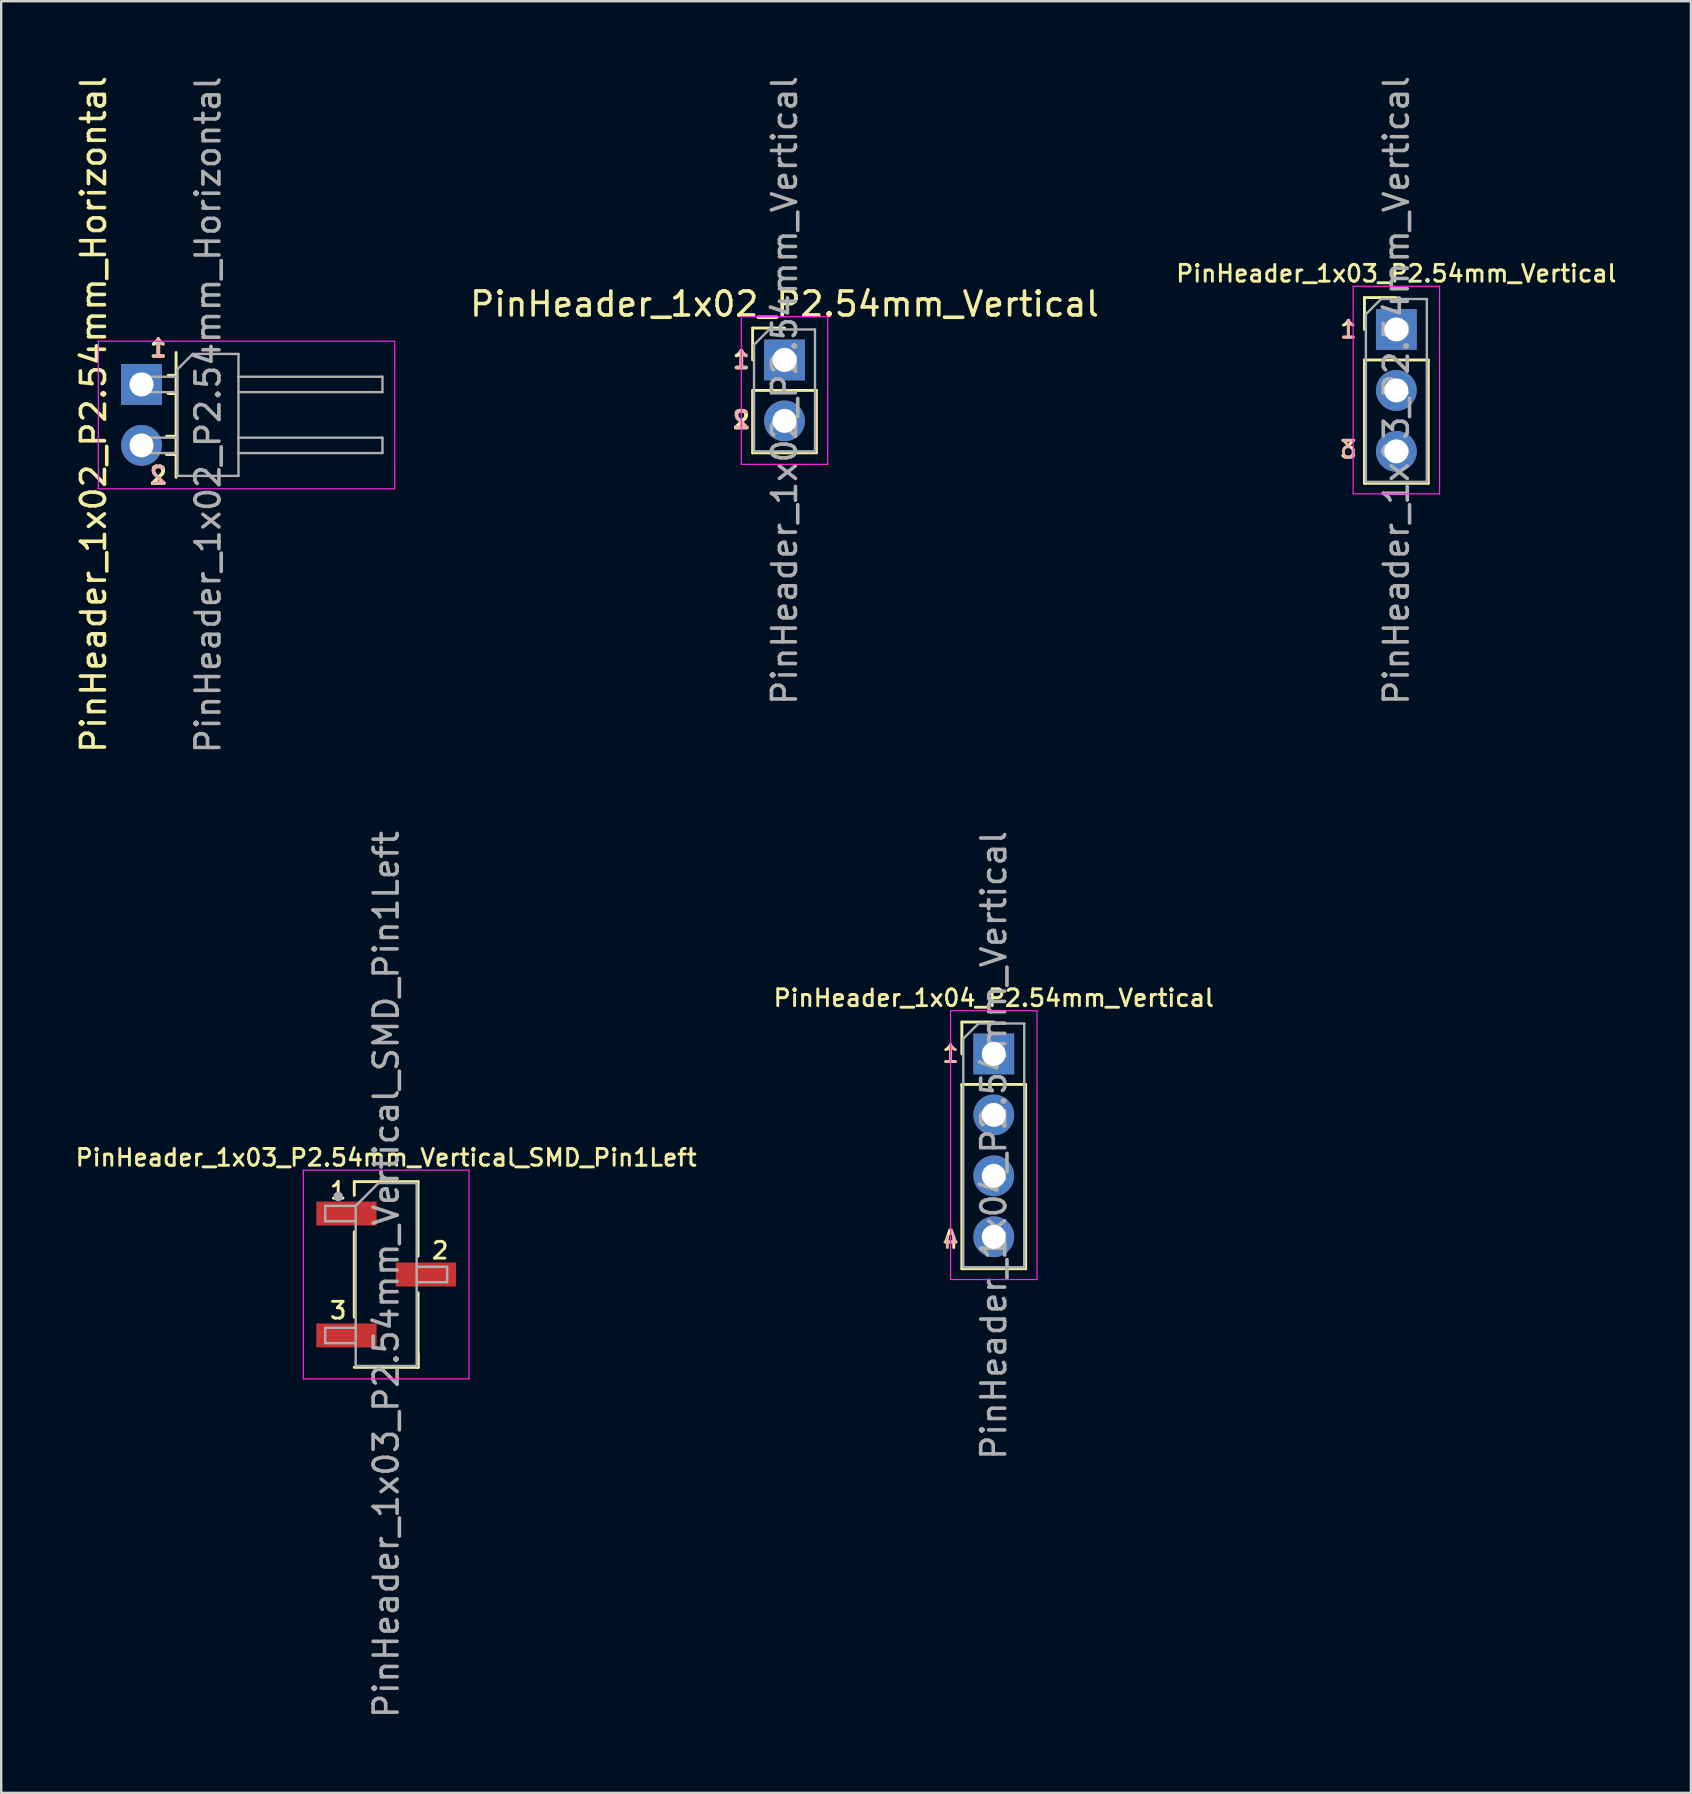
<source format=kicad_pcb>
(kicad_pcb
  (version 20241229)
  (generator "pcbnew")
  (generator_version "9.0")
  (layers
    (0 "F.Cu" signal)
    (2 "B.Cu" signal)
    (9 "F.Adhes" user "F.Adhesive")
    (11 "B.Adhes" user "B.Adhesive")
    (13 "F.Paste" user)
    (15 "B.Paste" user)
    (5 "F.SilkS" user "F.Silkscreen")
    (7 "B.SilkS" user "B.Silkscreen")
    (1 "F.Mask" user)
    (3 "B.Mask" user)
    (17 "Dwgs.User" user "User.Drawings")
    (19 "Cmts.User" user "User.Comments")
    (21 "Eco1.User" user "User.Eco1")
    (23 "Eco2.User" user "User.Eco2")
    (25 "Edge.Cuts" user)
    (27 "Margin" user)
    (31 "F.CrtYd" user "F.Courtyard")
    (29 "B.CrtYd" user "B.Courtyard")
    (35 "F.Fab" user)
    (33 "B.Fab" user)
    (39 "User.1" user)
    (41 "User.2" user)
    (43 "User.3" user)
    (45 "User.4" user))
  (footprint "PinHeader_1x02_P2.54mm_Horizontal"
    (layer "F.Cu")
    (at 2.848 12.97)
    (property "Reference" "PinHeader_1x02_P2.54mm_Horizontal" (at -2 1.25 90) (layer "F.SilkS") (effects (font (size 1 1) (thickness 0.15))))
    (attr through_hole)
    (fp_line (start 1.043 2.16) (end 1.44 2.16) (stroke (width 0.12) (type solid)) (layer "F.SilkS"))
    (fp_line (start 1.043 2.92) (end 1.44 2.92) (stroke (width 0.12) (type solid)) (layer "F.SilkS"))
    (fp_line (start 1.11 -0.38) (end 1.44 -0.38) (stroke (width 0.12) (type solid)) (layer "F.SilkS"))
    (fp_line (start 1.11 0.38) (end 1.44 0.38) (stroke (width 0.12) (type solid)) (layer "F.SilkS"))
    (fp_line (start 1.44 -1.33) (end 1.44 3.87) (stroke (width 0.12) (type solid)) (layer "F.SilkS"))
    (fp_line (start -1.8 -1.8) (end -1.8 4.35) (stroke (width 0.05) (type solid)) (layer "F.CrtYd"))
    (fp_line (start -1.8 4.35) (end 10.55 4.35) (stroke (width 0.05) (type solid)) (layer "F.CrtYd"))
    (fp_line (start 10.55 -1.8) (end -1.8 -1.8) (stroke (width 0.05) (type solid)) (layer "F.CrtYd"))
    (fp_line (start 10.55 4.35) (end 10.55 -1.8) (stroke (width 0.05) (type solid)) (layer "F.CrtYd"))
    (fp_line (start -0.32 -0.32) (end -0.32 0.32) (stroke (width 0.1) (type solid)) (layer "F.Fab"))
    (fp_line (start -0.32 -0.32) (end 1.5 -0.32) (stroke (width 0.1) (type solid)) (layer "F.Fab"))
    (fp_line (start -0.32 0.32) (end 1.5 0.32) (stroke (width 0.1) (type solid)) (layer "F.Fab"))
    (fp_line (start -0.32 2.22) (end -0.32 2.86) (stroke (width 0.1) (type solid)) (layer "F.Fab"))
    (fp_line (start -0.32 2.22) (end 1.5 2.22) (stroke (width 0.1) (type solid)) (layer "F.Fab"))
    (fp_line (start -0.32 2.86) (end 1.5 2.86) (stroke (width 0.1) (type solid)) (layer "F.Fab"))
    (fp_line (start 1.5 -0.635) (end 2.135 -1.27) (stroke (width 0.1) (type solid)) (layer "F.Fab"))
    (fp_line (start 1.5 3.81) (end 1.5 -0.635) (stroke (width 0.1) (type solid)) (layer "F.Fab"))
    (fp_line (start 2.135 -1.27) (end 4.04 -1.27) (stroke (width 0.1) (type solid)) (layer "F.Fab"))
    (fp_line (start 4.04 -1.27) (end 4.04 3.81) (stroke (width 0.1) (type solid)) (layer "F.Fab"))
    (fp_line (start 4.04 -0.32) (end 10.04 -0.32) (stroke (width 0.1) (type solid)) (layer "F.Fab"))
    (fp_line (start 4.04 0.32) (end 10.04 0.32) (stroke (width 0.1) (type solid)) (layer "F.Fab"))
    (fp_line (start 4.04 2.22) (end 10.04 2.22) (stroke (width 0.1) (type solid)) (layer "F.Fab"))
    (fp_line (start 4.04 2.86) (end 10.04 2.86) (stroke (width 0.1) (type solid)) (layer "F.Fab"))
    (fp_line (start 4.04 3.81) (end 1.5 3.81) (stroke (width 0.1) (type solid)) (layer "F.Fab"))
    (fp_line (start 10.04 -0.32) (end 10.04 0.32) (stroke (width 0.1) (type solid)) (layer "F.Fab"))
    (fp_line (start 10.04 2.22) (end 10.04 2.86) (stroke (width 0.1) (type solid)) (layer "F.Fab"))
    (fp_text user "1" (at 0.7 -1.5 0) (layer "F.SilkS") (effects (font (size 0.7 0.7) (thickness 0.15))))
    (fp_text user "2" (at 0.7 3.8 0) (layer "F.SilkS") (effects (font (size 0.7 0.7) (thickness 0.15))))
    (fp_text user "2" (at 0.7 3.8 0) (layer "B.SilkS") (effects (font (size 0.7 0.7) (thickness 0.15)) (justify mirror)))
    (fp_text user "1" (at 0.7 -1.5 0) (layer "B.SilkS") (effects (font (size 0.7 0.7) (thickness 0.15)) (justify mirror)))
    (fp_text user "${REFERENCE}" (at 2.77 1.27 90) (layer "F.Fab") (effects (font (size 1 1) (thickness 0.15))))
    (pad "1" thru_hole rect (at 0 0) (size 1.7 1.7) (drill 1) (layers "*.Cu" "*.Mask"))
    (pad "2" thru_hole oval (at 0 2.54) (size 1.7 1.7) (drill 1) (layers "*.Cu" "*.Mask")))
  (footprint "PinHeader_1x03_P2.54mm_Vertical_SMD_Pin1Left"
    (layer "F.Cu")
    (at 13.043 50.062)
    (property "Reference" "PinHeader_1x03_P2.54mm_Vertical_SMD_Pin1Left" (at 0 -4.87 0) (layer "F.SilkS") (effects (font (size 0.7 0.7) (thickness 0.12))))
    (attr smd)
    (fp_line (start -1.33 -3.87) (end -1.33 -3.3) (stroke (width 0.12) (type solid)) (layer "F.SilkS"))
    (fp_line (start -1.33 -3.87) (end 1.33 -3.87) (stroke (width 0.12) (type solid)) (layer "F.SilkS"))
    (fp_line (start -1.33 -1.78) (end -1.33 1.78) (stroke (width 0.12) (type solid)) (layer "F.SilkS"))
    (fp_line (start -1.33 3.87) (end 1.33 3.87) (stroke (width 0.12) (type solid)) (layer "F.SilkS"))
    (fp_line (start 1.33 -3.87) (end 1.33 -0.76) (stroke (width 0.12) (type solid)) (layer "F.SilkS"))
    (fp_line (start 1.33 0.76) (end 1.33 3.87) (stroke (width 0.12) (type solid)) (layer "F.SilkS"))
    (fp_line (start 1.33 3.3) (end 1.33 3.87) (stroke (width 0.12) (type solid)) (layer "F.SilkS"))
    (fp_line (start -3.45 -4.35) (end -3.45 4.35) (stroke (width 0.05) (type solid)) (layer "F.CrtYd"))
    (fp_line (start -3.45 4.35) (end 3.45 4.35) (stroke (width 0.05) (type solid)) (layer "F.CrtYd"))
    (fp_line (start 3.45 -4.35) (end -3.45 -4.35) (stroke (width 0.05) (type solid)) (layer "F.CrtYd"))
    (fp_line (start 3.45 4.35) (end 3.45 -4.35) (stroke (width 0.05) (type solid)) (layer "F.CrtYd"))
    (fp_line (start -2.54 -2.86) (end -2.54 -2.22) (stroke (width 0.1) (type solid)) (layer "F.Fab"))
    (fp_line (start -2.54 -2.22) (end -1.27 -2.22) (stroke (width 0.1) (type solid)) (layer "F.Fab"))
    (fp_line (start -2.54 2.22) (end -2.54 2.86) (stroke (width 0.1) (type solid)) (layer "F.Fab"))
    (fp_line (start -2.54 2.86) (end -1.27 2.86) (stroke (width 0.1) (type solid)) (layer "F.Fab"))
    (fp_line (start -1.27 -2.86) (end -2.54 -2.86) (stroke (width 0.1) (type solid)) (layer "F.Fab"))
    (fp_line (start -1.27 -2.86) (end -0.32 -3.81) (stroke (width 0.1) (type solid)) (layer "F.Fab"))
    (fp_line (start -1.27 2.22) (end -2.54 2.22) (stroke (width 0.1) (type solid)) (layer "F.Fab"))
    (fp_line (start -1.27 3.81) (end -1.27 -2.86) (stroke (width 0.1) (type solid)) (layer "F.Fab"))
    (fp_line (start -0.32 -3.81) (end 1.27 -3.81) (stroke (width 0.1) (type solid)) (layer "F.Fab"))
    (fp_line (start 1.27 -3.81) (end 1.27 3.81) (stroke (width 0.1) (type solid)) (layer "F.Fab"))
    (fp_line (start 1.27 -0.32) (end 2.54 -0.32) (stroke (width 0.1) (type solid)) (layer "F.Fab"))
    (fp_line (start 1.27 3.81) (end -1.27 3.81) (stroke (width 0.1) (type solid)) (layer "F.Fab"))
    (fp_line (start 2.54 -0.32) (end 2.54 0.32) (stroke (width 0.1) (type solid)) (layer "F.Fab"))
    (fp_line (start 2.54 0.32) (end 1.27 0.32) (stroke (width 0.1) (type solid)) (layer "F.Fab"))
    (fp_circle (center -2 -3.25) (end -1.9 -3.25) (stroke (width 0.2) (type solid)) (fill no) (layer "F.Fab"))
    (fp_text user "1" (at -2 -3.5 0) (layer "F.SilkS") (effects (font (size 0.7 0.7) (thickness 0.12))))
    (fp_text user "2" (at 2.25 -1 0) (layer "F.SilkS") (effects (font (size 0.7 0.7) (thickness 0.12))))
    (fp_text user "3" (at -2 1.5 0) (layer "F.SilkS") (effects (font (size 0.7 0.7) (thickness 0.12))))
    (fp_text user "${REFERENCE}" (at 0 0 90) (layer "F.Fab") (effects (font (size 1 1) (thickness 0.15))))
    (pad "1" smd rect (at -1.655 -2.54) (size 2.51 1) (layers "F.Cu" "F.Mask" "F.Paste"))
    (pad "2" smd rect (at 1.655 0) (size 2.51 1) (layers "F.Cu" "F.Mask" "F.Paste"))
    (pad "3" smd rect (at -1.655 2.54) (size 2.51 1) (layers "F.Cu" "F.Mask" "F.Paste")))
  (footprint "PinHeader_1x03_P2.54mm_Vertical"
    (layer "F.Cu")
    (at 55.14 10.68)
    (property "Reference" "PinHeader_1x03_P2.54mm_Vertical" (at 0 -2.33 0) (layer "F.SilkS") (effects (font (size 0.7 0.7) (thickness 0.12))))
    (attr through_hole)
    (fp_line (start -1.33 -1.33) (end 0 -1.33) (stroke (width 0.12) (type solid)) (layer "F.SilkS"))
    (fp_line (start -1.33 0) (end -1.33 -1.33) (stroke (width 0.12) (type solid)) (layer "F.SilkS"))
    (fp_line (start -1.33 1.27) (end -1.33 6.41) (stroke (width 0.12) (type solid)) (layer "F.SilkS"))
    (fp_line (start -1.33 1.27) (end 1.33 1.27) (stroke (width 0.12) (type solid)) (layer "F.SilkS"))
    (fp_line (start -1.33 6.41) (end 1.33 6.41) (stroke (width 0.12) (type solid)) (layer "F.SilkS"))
    (fp_line (start 1.33 1.27) (end 1.33 6.41) (stroke (width 0.12) (type solid)) (layer "F.SilkS"))
    (fp_line (start -1.8 -1.8) (end -1.8 6.85) (stroke (width 0.05) (type solid)) (layer "F.CrtYd"))
    (fp_line (start -1.8 6.85) (end 1.8 6.85) (stroke (width 0.05) (type solid)) (layer "F.CrtYd"))
    (fp_line (start 1.8 -1.8) (end -1.8 -1.8) (stroke (width 0.05) (type solid)) (layer "F.CrtYd"))
    (fp_line (start 1.8 6.85) (end 1.8 -1.8) (stroke (width 0.05) (type solid)) (layer "F.CrtYd"))
    (fp_line (start -1.27 -0.635) (end -0.635 -1.27) (stroke (width 0.1) (type solid)) (layer "F.Fab"))
    (fp_line (start -1.27 6.35) (end -1.27 -0.635) (stroke (width 0.1) (type solid)) (layer "F.Fab"))
    (fp_line (start -0.635 -1.27) (end 1.27 -1.27) (stroke (width 0.1) (type solid)) (layer "F.Fab"))
    (fp_line (start 1.27 -1.27) (end 1.27 6.35) (stroke (width 0.1) (type solid)) (layer "F.Fab"))
    (fp_line (start 1.27 6.35) (end -1.27 6.35) (stroke (width 0.1) (type solid)) (layer "F.Fab"))
    (fp_text user "1" (at -2 0 0) (layer "F.SilkS") (effects (font (size 0.7 0.7) (thickness 0.12))))
    (fp_text user "3" (at -2 5 0) (layer "F.SilkS") (effects (font (size 0.7 0.7) (thickness 0.12))))
    (fp_text user "3" (at -2 5 0) (layer "B.SilkS") (effects (font (size 0.7 0.7) (thickness 0.12)) (justify mirror)))
    (fp_text user "1" (at -2 0 0) (layer "B.SilkS") (effects (font (size 0.7 0.7) (thickness 0.12)) (justify mirror)))
    (fp_text user "${REFERENCE}" (at 0 2.54 90) (layer "F.Fab") (effects (font (size 1 1) (thickness 0.15))))
    (pad "1" thru_hole rect (at 0 0) (size 1.7 1.7) (drill 1) (layers "*.Cu" "*.Mask"))
    (pad "2" thru_hole oval (at 0 2.54) (size 1.7 1.7) (drill 1) (layers "*.Cu" "*.Mask"))
    (pad "3" thru_hole oval (at 0 5.08) (size 1.7 1.7) (drill 1) (layers "*.Cu" "*.Mask")))
  (footprint "PinHeader_1x04_P2.54mm_Vertical"
    (layer "F.Cu")
    (at 38.363 40.871)
    (property "Reference" "PinHeader_1x04_P2.54mm_Vertical" (at 0 -2.33 0) (layer "F.SilkS") (effects (font (size 0.7 0.7) (thickness 0.12))))
    (attr through_hole)
    (fp_line (start -1.33 -1.33) (end 0 -1.33) (stroke (width 0.12) (type solid)) (layer "F.SilkS"))
    (fp_line (start -1.33 0) (end -1.33 -1.33) (stroke (width 0.12) (type solid)) (layer "F.SilkS"))
    (fp_line (start -1.33 1.27) (end -1.33 8.95) (stroke (width 0.12) (type solid)) (layer "F.SilkS"))
    (fp_line (start -1.33 1.27) (end 1.33 1.27) (stroke (width 0.12) (type solid)) (layer "F.SilkS"))
    (fp_line (start -1.33 8.95) (end 1.33 8.95) (stroke (width 0.12) (type solid)) (layer "F.SilkS"))
    (fp_line (start 1.33 1.27) (end 1.33 8.95) (stroke (width 0.12) (type solid)) (layer "F.SilkS"))
    (fp_line (start -1.8 -1.8) (end -1.8 9.4) (stroke (width 0.05) (type solid)) (layer "F.CrtYd"))
    (fp_line (start -1.8 9.4) (end 1.8 9.4) (stroke (width 0.05) (type solid)) (layer "F.CrtYd"))
    (fp_line (start 1.8 -1.8) (end -1.8 -1.8) (stroke (width 0.05) (type solid)) (layer "F.CrtYd"))
    (fp_line (start 1.8 9.4) (end 1.8 -1.8) (stroke (width 0.05) (type solid)) (layer "F.CrtYd"))
    (fp_line (start -1.27 -0.635) (end -0.635 -1.27) (stroke (width 0.1) (type solid)) (layer "F.Fab"))
    (fp_line (start -1.27 8.89) (end -1.27 -0.635) (stroke (width 0.1) (type solid)) (layer "F.Fab"))
    (fp_line (start -0.635 -1.27) (end 1.27 -1.27) (stroke (width 0.1) (type solid)) (layer "F.Fab"))
    (fp_line (start 1.27 -1.27) (end 1.27 8.89) (stroke (width 0.1) (type solid)) (layer "F.Fab"))
    (fp_line (start 1.27 8.89) (end -1.27 8.89) (stroke (width 0.1) (type solid)) (layer "F.Fab"))
    (fp_text user "4" (at -1.8 7.75 0) (layer "F.SilkS") (effects (font (size 0.7 0.7) (thickness 0.12))))
    (fp_text user "1" (at -1.8 0 0) (layer "F.SilkS") (effects (font (size 0.7 0.7) (thickness 0.12))))
    (fp_text user "1" (at -1.8 0 0) (layer "B.SilkS") (effects (font (size 0.7 0.7) (thickness 0.12)) (justify mirror)))
    (fp_text user "4" (at -1.8 7.75 0) (layer "B.SilkS") (effects (font (size 0.7 0.7) (thickness 0.12)) (justify mirror)))
    (fp_text user "${REFERENCE}" (at 0 3.81 90) (layer "F.Fab") (effects (font (size 1 1) (thickness 0.15))))
    (pad "1" thru_hole rect (at 0 0) (size 1.7 1.7) (drill 1) (layers "*.Cu" "*.Mask"))
    (pad "2" thru_hole oval (at 0 2.54) (size 1.7 1.7) (drill 1) (layers "*.Cu" "*.Mask"))
    (pad "3" thru_hole oval (at 0 5.08) (size 1.7 1.7) (drill 1) (layers "*.Cu" "*.Mask"))
    (pad "4" thru_hole oval (at 0 7.62) (size 1.7 1.7) (drill 1) (layers "*.Cu" "*.Mask")))
  (footprint "PinHeader_1x02_P2.54mm_Vertical"
    (layer "F.Cu")
    (at 29.643 11.95)
    (property "Reference" "PinHeader_1x02_P2.54mm_Vertical" (at 0 -2.33 0) (layer "F.SilkS") (effects (font (size 1 1) (thickness 0.15))))
    (attr through_hole)
    (fp_line (start -1.33 -1.33) (end 0 -1.33) (stroke (width 0.12) (type solid)) (layer "F.SilkS"))
    (fp_line (start -1.33 0) (end -1.33 -1.33) (stroke (width 0.12) (type solid)) (layer "F.SilkS"))
    (fp_line (start -1.33 1.27) (end -1.33 3.87) (stroke (width 0.12) (type solid)) (layer "F.SilkS"))
    (fp_line (start -1.33 1.27) (end 1.33 1.27) (stroke (width 0.12) (type solid)) (layer "F.SilkS"))
    (fp_line (start -1.33 3.87) (end 1.33 3.87) (stroke (width 0.12) (type solid)) (layer "F.SilkS"))
    (fp_line (start 1.33 1.27) (end 1.33 3.87) (stroke (width 0.12) (type solid)) (layer "F.SilkS"))
    (fp_line (start -1.8 -1.8) (end -1.8 4.35) (stroke (width 0.05) (type solid)) (layer "F.CrtYd"))
    (fp_line (start -1.8 4.35) (end 1.8 4.35) (stroke (width 0.05) (type solid)) (layer "F.CrtYd"))
    (fp_line (start 1.8 -1.8) (end -1.8 -1.8) (stroke (width 0.05) (type solid)) (layer "F.CrtYd"))
    (fp_line (start 1.8 4.35) (end 1.8 -1.8) (stroke (width 0.05) (type solid)) (layer "F.CrtYd"))
    (fp_line (start -1.27 -0.635) (end -0.635 -1.27) (stroke (width 0.1) (type solid)) (layer "F.Fab"))
    (fp_line (start -1.27 3.81) (end -1.27 -0.635) (stroke (width 0.1) (type solid)) (layer "F.Fab"))
    (fp_line (start -0.635 -1.27) (end 1.27 -1.27) (stroke (width 0.1) (type solid)) (layer "F.Fab"))
    (fp_line (start 1.27 -1.27) (end 1.27 3.81) (stroke (width 0.1) (type solid)) (layer "F.Fab"))
    (fp_line (start 1.27 3.81) (end -1.27 3.81) (stroke (width 0.1) (type solid)) (layer "F.Fab"))
    (fp_text user "2" (at -1.8 2.5 0) (layer "F.SilkS") (effects (font (size 0.7 0.7) (thickness 0.15))))
    (fp_text user "1" (at -1.8 0 0) (layer "F.SilkS") (effects (font (size 0.7 0.7) (thickness 0.15))))
    (fp_text user "1" (at -1.8 0 0) (layer "B.SilkS") (effects (font (size 0.7 0.7) (thickness 0.15)) (justify mirror)))
    (fp_text user "2" (at -1.8 2.5 0) (layer "B.SilkS") (effects (font (size 0.7 0.7) (thickness 0.15)) (justify mirror)))
    (fp_text user "${REFERENCE}" (at 0 1.27 90) (layer "F.Fab") (effects (font (size 1 1) (thickness 0.15))))
    (pad "1" thru_hole rect (at 0 0) (size 1.7 1.7) (drill 1) (layers "*.Cu" "*.Mask"))
    (pad "2" thru_hole oval (at 0 2.54) (size 1.7 1.7) (drill 1) (layers "*.Cu" "*.Mask")))
  (gr_rect
    (start -3 -3)
    (end 67.417 71.663)
    (stroke (width 0.1) (type default))
    (fill no)
    (layer "Edge.Cuts")))
</source>
